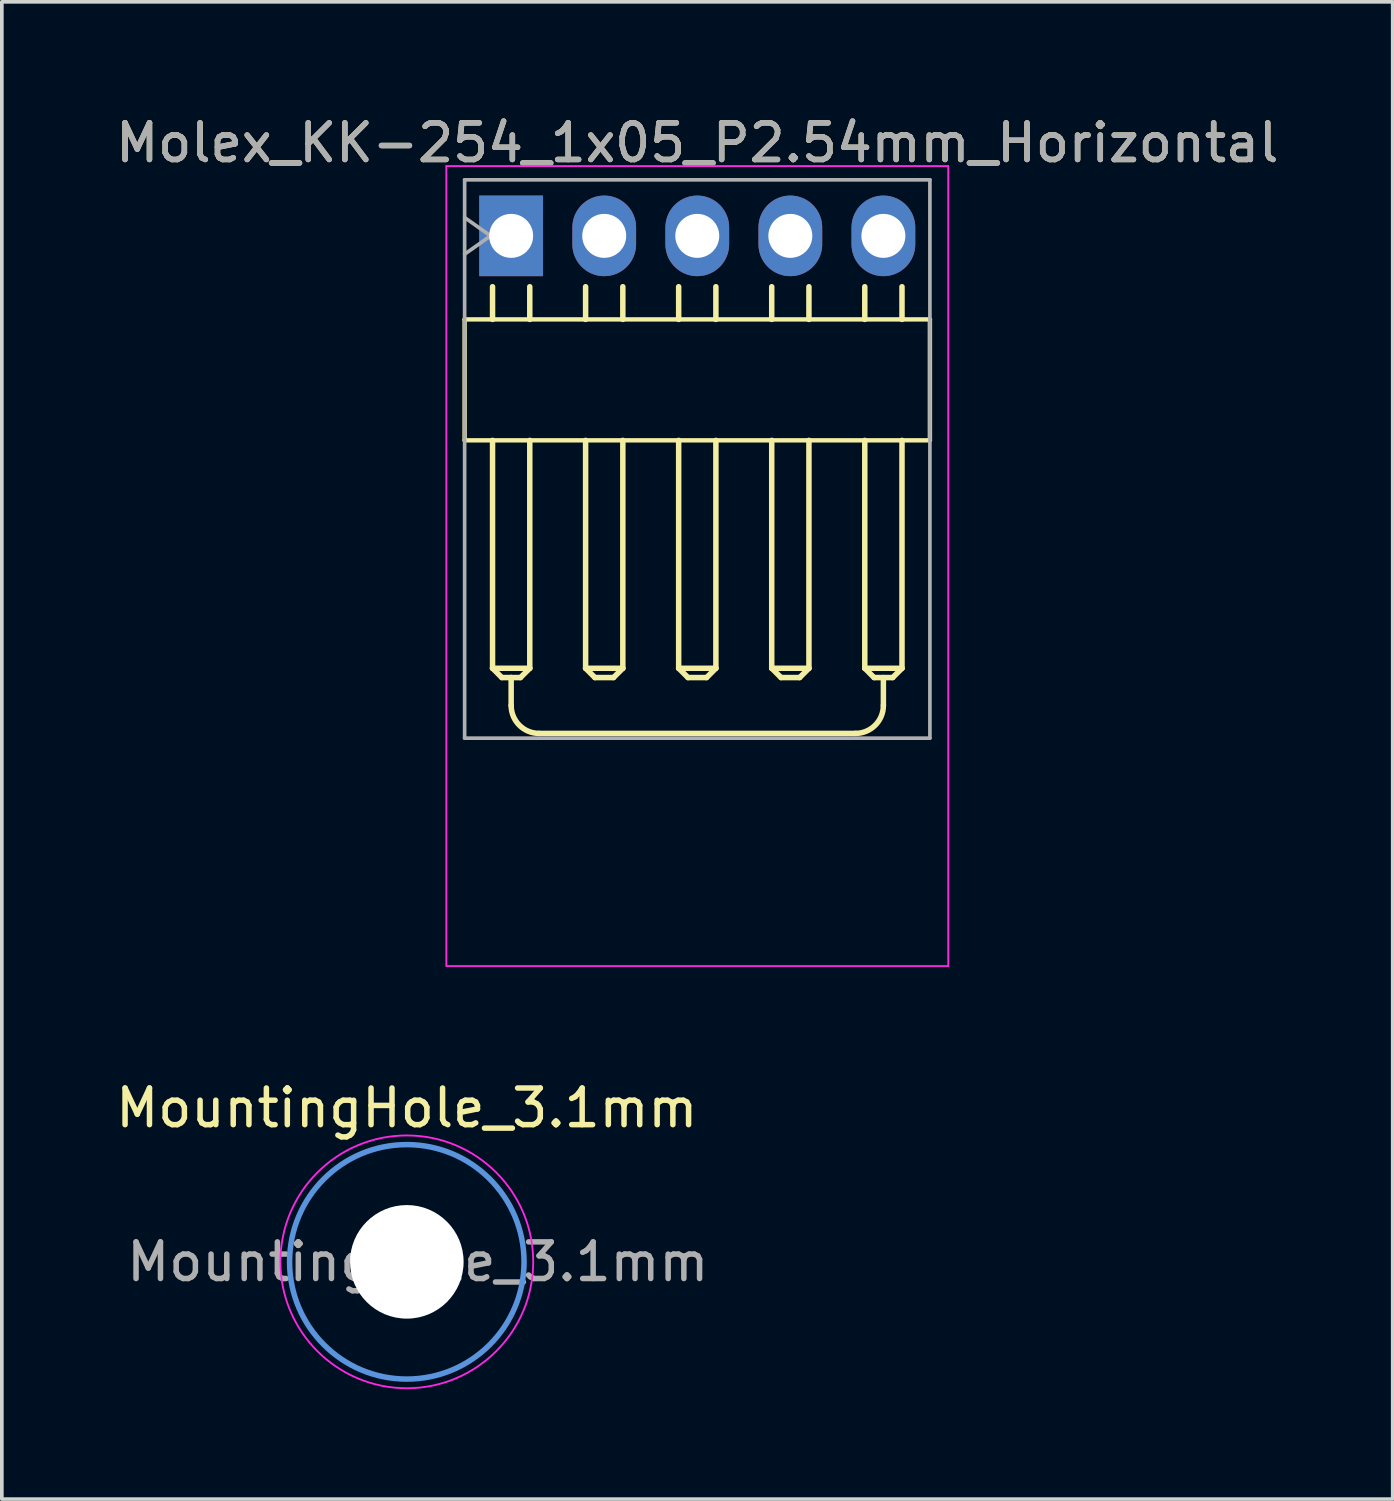
<source format=kicad_pcb>
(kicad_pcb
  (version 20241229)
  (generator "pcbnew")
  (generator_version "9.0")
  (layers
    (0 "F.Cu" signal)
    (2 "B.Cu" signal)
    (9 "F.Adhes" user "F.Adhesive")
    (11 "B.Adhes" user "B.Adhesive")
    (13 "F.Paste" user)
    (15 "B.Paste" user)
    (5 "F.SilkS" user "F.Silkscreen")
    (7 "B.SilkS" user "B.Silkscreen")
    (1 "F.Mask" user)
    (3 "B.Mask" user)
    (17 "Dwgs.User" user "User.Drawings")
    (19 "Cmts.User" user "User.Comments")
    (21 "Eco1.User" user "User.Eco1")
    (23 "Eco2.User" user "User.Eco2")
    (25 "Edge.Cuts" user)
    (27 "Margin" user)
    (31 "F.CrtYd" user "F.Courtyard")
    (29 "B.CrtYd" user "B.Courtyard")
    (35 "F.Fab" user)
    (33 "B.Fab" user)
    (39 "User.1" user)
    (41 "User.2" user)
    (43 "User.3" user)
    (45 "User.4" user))
  (footprint "Molex_KK-254_1x05_P2.54mm_Horizontal"
    (layer "F.Cu")
    (at 10.902 3.388)
    (property "Reference" "Molex_KK-254_1x05_P2.54mm_Horizontal" (at 5.08 -2.54 0) (layer "F.SilkS") (effects (font (size 1 1) (thickness 0.15))))
    (attr through_hole)
    (fp_line (start -1.27 2.28) (end -1.27 5.58) (stroke (width 0.12) (type solid)) (layer "F.SilkS"))
    (fp_line (start -1.27 2.28) (end 11.43 2.28) (stroke (width 0.12) (type solid)) (layer "F.SilkS"))
    (fp_line (start -0.508 1.388) (end -0.508 2.28) (stroke (width 0.15) (type solid)) (layer "F.SilkS"))
    (fp_line (start -0.508 11.802) (end -0.508 5.582) (stroke (width 0.15) (type solid)) (layer "F.SilkS"))
    (fp_line (start -0.508 11.802) (end 0.508 11.802) (stroke (width 0.15) (type solid)) (layer "F.SilkS"))
    (fp_line (start -0.254 12.056) (end -0.508 11.802) (stroke (width 0.15) (type solid)) (layer "F.SilkS"))
    (fp_line (start 0 12.056) (end -0.254 12.056) (stroke (width 0.15) (type solid)) (layer "F.SilkS"))
    (fp_line (start 0 12.056) (end 0 12.818) (stroke (width 0.15) (type solid)) (layer "F.SilkS"))
    (fp_line (start 0.254 12.056) (end 0 12.056) (stroke (width 0.15) (type solid)) (layer "F.SilkS"))
    (fp_line (start 0.508 2.28) (end 0.508 1.388) (stroke (width 0.15) (type solid)) (layer "F.SilkS"))
    (fp_line (start 0.508 5.582) (end 0.508 11.802) (stroke (width 0.15) (type solid)) (layer "F.SilkS"))
    (fp_line (start 0.508 11.802) (end 0.254 12.056) (stroke (width 0.15) (type solid)) (layer "F.SilkS"))
    (fp_line (start 0.762 13.58) (end 9.398 13.58) (stroke (width 0.15) (type solid)) (layer "F.SilkS"))
    (fp_line (start 2.032 2.28) (end 2.032 1.388) (stroke (width 0.15) (type solid)) (layer "F.SilkS"))
    (fp_line (start 2.032 5.582) (end 2.032 11.802) (stroke (width 0.15) (type solid)) (layer "F.SilkS"))
    (fp_line (start 2.032 11.802) (end 2.286 12.056) (stroke (width 0.15) (type solid)) (layer "F.SilkS"))
    (fp_line (start 2.286 12.056) (end 2.794 12.056) (stroke (width 0.15) (type solid)) (layer "F.SilkS"))
    (fp_line (start 2.794 12.056) (end 3.048 11.802) (stroke (width 0.15) (type solid)) (layer "F.SilkS"))
    (fp_line (start 3.048 2.28) (end 3.048 1.388) (stroke (width 0.15) (type solid)) (layer "F.SilkS"))
    (fp_line (start 3.048 11.802) (end 2.032 11.802) (stroke (width 0.15) (type solid)) (layer "F.SilkS"))
    (fp_line (start 3.048 11.802) (end 3.048 5.582) (stroke (width 0.15) (type solid)) (layer "F.SilkS"))
    (fp_line (start 4.572 2.28) (end 4.572 1.388) (stroke (width 0.15) (type solid)) (layer "F.SilkS"))
    (fp_line (start 4.572 5.582) (end 4.572 11.802) (stroke (width 0.15) (type solid)) (layer "F.SilkS"))
    (fp_line (start 4.572 11.802) (end 4.826 12.056) (stroke (width 0.15) (type solid)) (layer "F.SilkS"))
    (fp_line (start 4.826 12.056) (end 5.334 12.056) (stroke (width 0.15) (type solid)) (layer "F.SilkS"))
    (fp_line (start 5.334 12.056) (end 5.588 11.802) (stroke (width 0.15) (type solid)) (layer "F.SilkS"))
    (fp_line (start 5.588 2.28) (end 5.588 1.388) (stroke (width 0.15) (type solid)) (layer "F.SilkS"))
    (fp_line (start 5.588 11.802) (end 4.572 11.802) (stroke (width 0.15) (type solid)) (layer "F.SilkS"))
    (fp_line (start 5.588 11.802) (end 5.588 5.582) (stroke (width 0.15) (type solid)) (layer "F.SilkS"))
    (fp_line (start 7.112 2.28) (end 7.112 1.388) (stroke (width 0.15) (type solid)) (layer "F.SilkS"))
    (fp_line (start 7.112 5.582) (end 7.112 11.802) (stroke (width 0.15) (type solid)) (layer "F.SilkS"))
    (fp_line (start 7.112 11.802) (end 7.366 12.056) (stroke (width 0.15) (type solid)) (layer "F.SilkS"))
    (fp_line (start 7.366 12.056) (end 7.874 12.056) (stroke (width 0.15) (type solid)) (layer "F.SilkS"))
    (fp_line (start 7.874 12.056) (end 8.128 11.802) (stroke (width 0.15) (type solid)) (layer "F.SilkS"))
    (fp_line (start 8.128 2.28) (end 8.128 1.388) (stroke (width 0.15) (type solid)) (layer "F.SilkS"))
    (fp_line (start 8.128 11.802) (end 7.112 11.802) (stroke (width 0.15) (type solid)) (layer "F.SilkS"))
    (fp_line (start 8.128 11.802) (end 8.128 5.582) (stroke (width 0.15) (type solid)) (layer "F.SilkS"))
    (fp_line (start 9.652 2.28) (end 9.652 1.388) (stroke (width 0.15) (type solid)) (layer "F.SilkS"))
    (fp_line (start 9.652 5.582) (end 9.652 11.802) (stroke (width 0.15) (type solid)) (layer "F.SilkS"))
    (fp_line (start 9.652 11.802) (end 9.906 12.056) (stroke (width 0.15) (type solid)) (layer "F.SilkS"))
    (fp_line (start 9.906 12.056) (end 10.414 12.056) (stroke (width 0.15) (type solid)) (layer "F.SilkS"))
    (fp_line (start 10.16 12.056) (end 10.16 12.818) (stroke (width 0.15) (type solid)) (layer "F.SilkS"))
    (fp_line (start 10.414 12.056) (end 10.668 11.802) (stroke (width 0.15) (type solid)) (layer "F.SilkS"))
    (fp_line (start 10.668 2.28) (end 10.668 1.388) (stroke (width 0.15) (type solid)) (layer "F.SilkS"))
    (fp_line (start 10.668 11.802) (end 9.652 11.802) (stroke (width 0.15) (type solid)) (layer "F.SilkS"))
    (fp_line (start 10.668 11.802) (end 10.668 5.582) (stroke (width 0.15) (type solid)) (layer "F.SilkS"))
    (fp_line (start 11.43 2.28) (end 11.43 5.58) (stroke (width 0.12) (type solid)) (layer "F.SilkS"))
    (fp_line (start 11.43 5.58) (end -1.27 5.58) (stroke (width 0.12) (type solid)) (layer "F.SilkS"))
    (fp_arc (start 0.762 13.58) (mid 0.223185 13.356815) (end 0 12.818) (stroke (width 0.15) (type solid)) (layer "F.SilkS"))
    (fp_arc (start 10.16 12.818) (mid 9.936815 13.356815) (end 9.398 13.58) (stroke (width 0.15) (type solid)) (layer "F.SilkS"))
    (fp_line (start -1.77 -1.905) (end -1.77 19.93) (stroke (width 0.05) (type solid)) (layer "F.CrtYd"))
    (fp_line (start -1.762 19.93) (end 11.93 19.93) (stroke (width 0.05) (type solid)) (layer "F.CrtYd"))
    (fp_line (start 11.93 -1.905) (end -1.77 -1.905) (stroke (width 0.05) (type solid)) (layer "F.CrtYd"))
    (fp_line (start 11.93 19.93) (end 11.93 -1.905) (stroke (width 0.05) (type solid)) (layer "F.CrtYd"))
    (fp_line (start -1.27 -1.53) (end -1.27 13.71) (stroke (width 0.1) (type solid)) (layer "F.Fab"))
    (fp_line (start -1.27 -0.5) (end -0.563 0) (stroke (width 0.1) (type solid)) (layer "F.Fab"))
    (fp_line (start -1.27 13.71) (end 11.43 13.71) (stroke (width 0.1) (type solid)) (layer "F.Fab"))
    (fp_line (start -0.563 0) (end -1.27 0.5) (stroke (width 0.1) (type solid)) (layer "F.Fab"))
    (fp_line (start 11.43 -1.53) (end -1.27 -1.53) (stroke (width 0.1) (type solid)) (layer "F.Fab"))
    (fp_line (start 11.43 13.71) (end 11.43 -1.53) (stroke (width 0.1) (type solid)) (layer "F.Fab"))
    (fp_text user "${REFERENCE}" (at 5.08 -2.54 0) (layer "F.Fab") (effects (font (size 1 1) (thickness 0.15))))
    (pad "1" thru_hole rect (at 0 0) (size 1.74 2.2) (drill 1.2) (layers "*.Cu" "*.Mask"))
    (pad "2" thru_hole oval (at 2.54 0) (size 1.74 2.2) (drill 1.2) (layers "*.Cu" "*.Mask"))
    (pad "3" thru_hole oval (at 5.08 0) (size 1.74 2.2) (drill 1.2) (layers "*.Cu" "*.Mask"))
    (pad "4" thru_hole oval (at 7.62 0) (size 1.74 2.2) (drill 1.2) (layers "*.Cu" "*.Mask"))
    (pad "5" thru_hole oval (at 10.16 0) (size 1.74 2.2) (drill 1.2) (layers "*.Cu" "*.Mask")))
  (footprint "MountingHole_3.1mm"
    (layer "F.Cu")
    (at 8.054 31.392)
    (property "Reference" "MountingHole_3.1mm" (at 0 -4.2 0) (layer "F.SilkS") (effects (font (size 1 1) (thickness 0.15))))
    (attr exclude_from_pos_files exclude_from_bom)
    (fp_circle (center 0 0) (end 3.2 0) (stroke (width 0.15) (type solid)) (fill no) (layer "Cmts.User"))
    (fp_circle (center 0 0) (end 3.45 0) (stroke (width 0.05) (type solid)) (fill no) (layer "F.CrtYd"))
    (fp_text user "${REFERENCE}" (at 0.3 0 0) (layer "F.Fab") (effects (font (size 1 1) (thickness 0.15))))
    (pad "" np_thru_hole circle (at 0 0) (size 3.1 3.1) (drill 3.1) (layers "*.Cu" "*.Mask")))
  (gr_rect
    (start -3 -3)
    (end 34.964 37.867)
    (stroke (width 0.1) (type default))
    (fill no)
    (layer "Edge.Cuts")))
</source>
